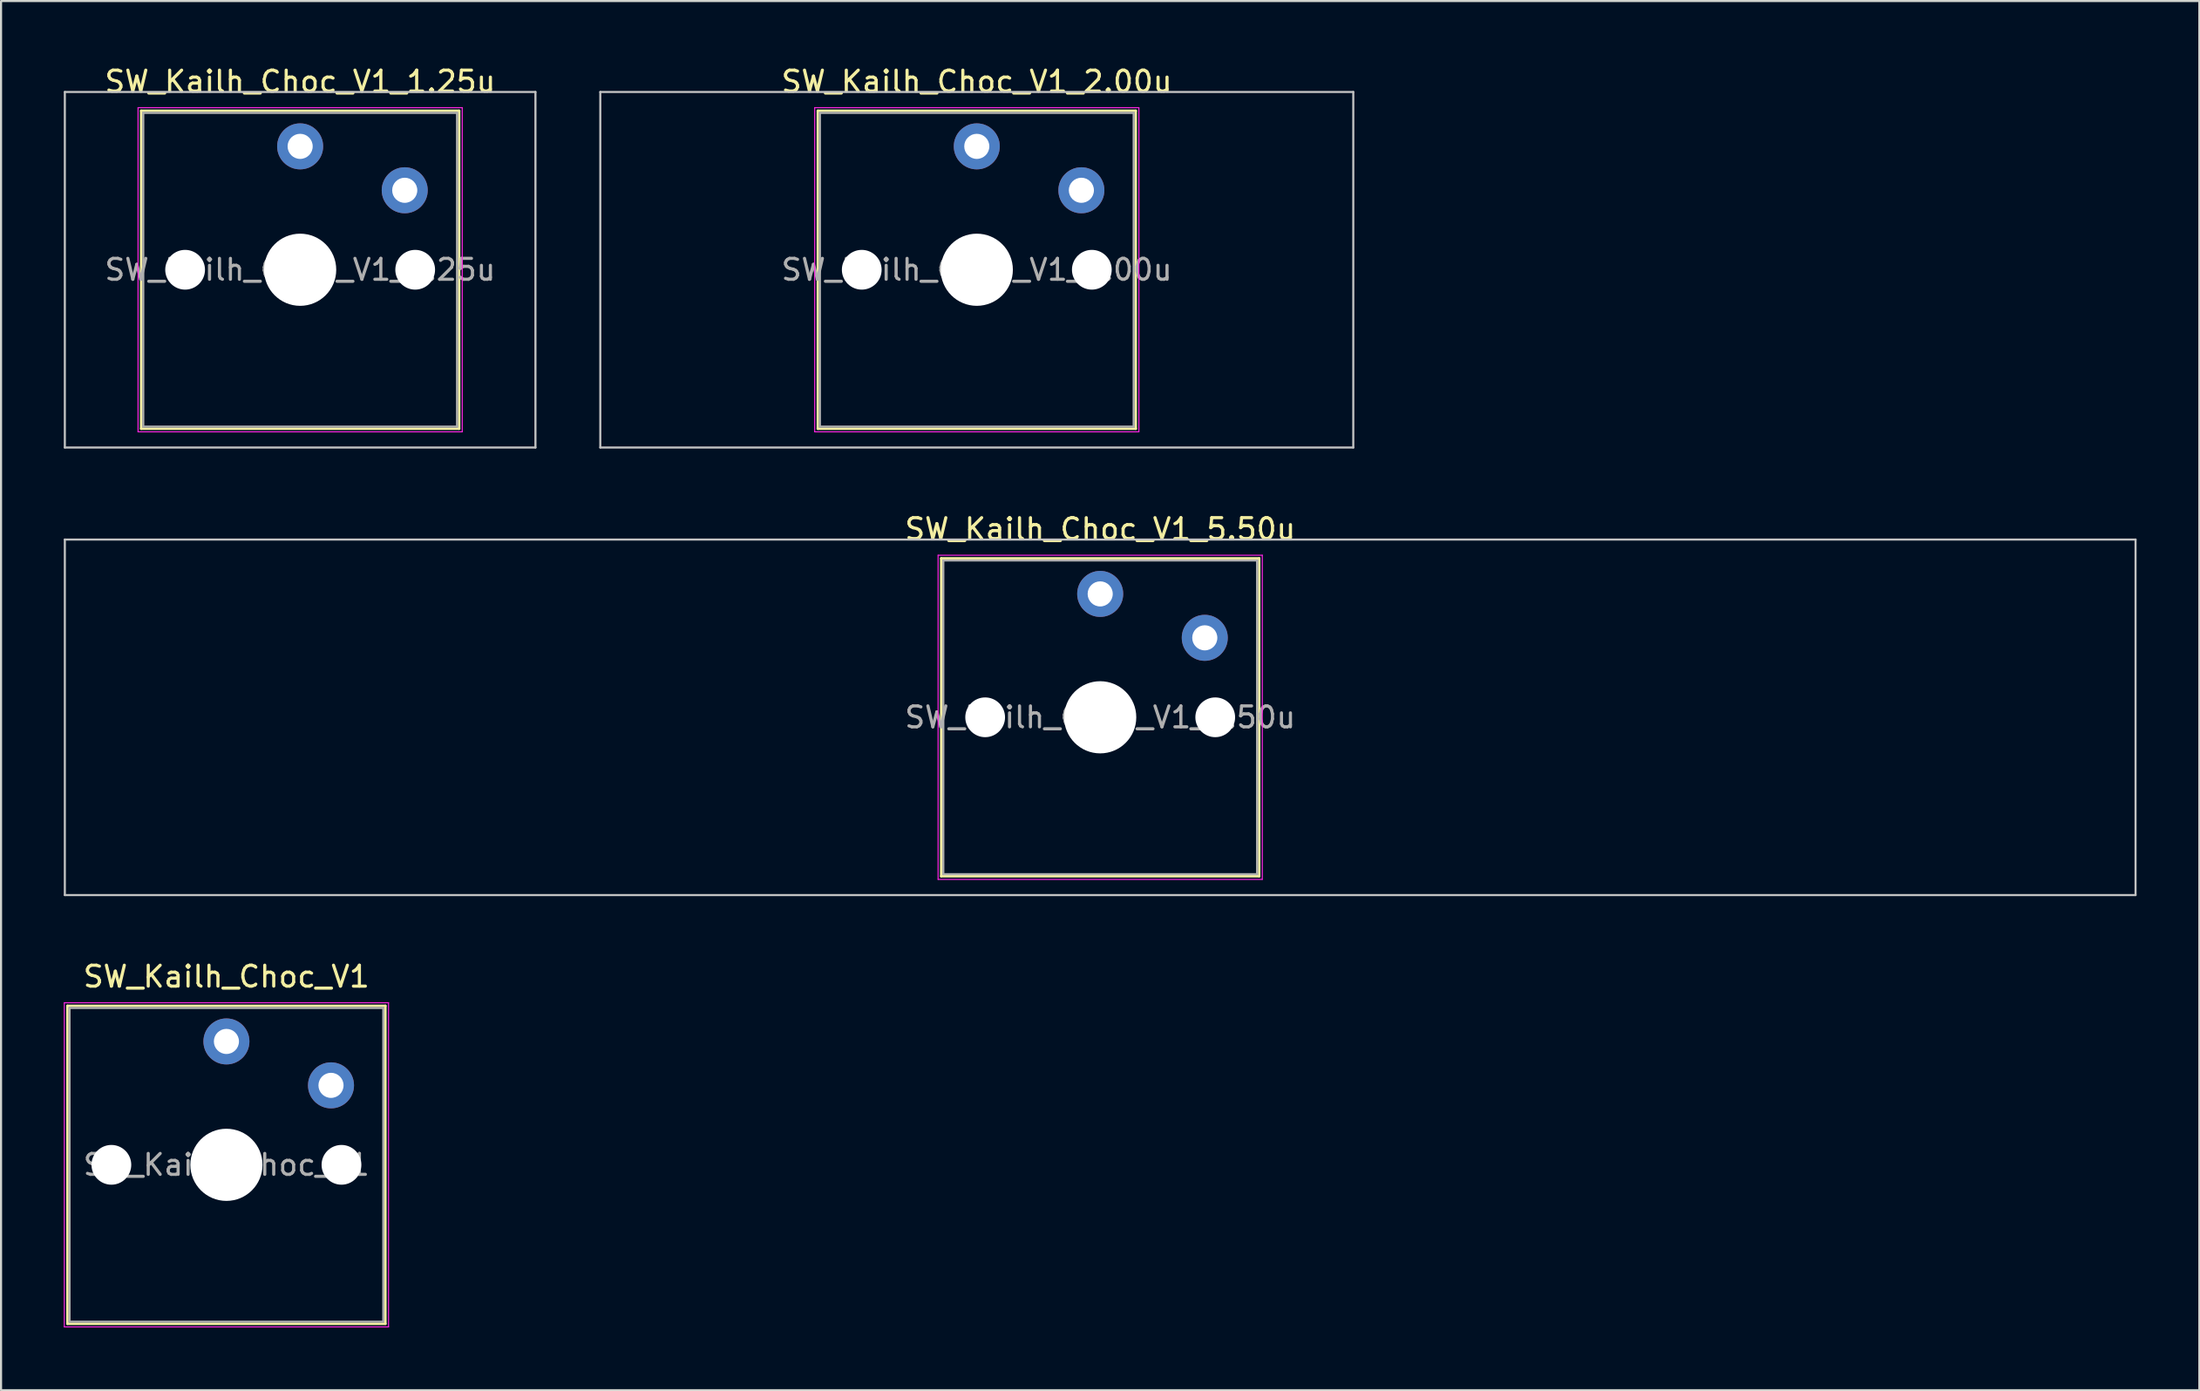
<source format=kicad_pcb>
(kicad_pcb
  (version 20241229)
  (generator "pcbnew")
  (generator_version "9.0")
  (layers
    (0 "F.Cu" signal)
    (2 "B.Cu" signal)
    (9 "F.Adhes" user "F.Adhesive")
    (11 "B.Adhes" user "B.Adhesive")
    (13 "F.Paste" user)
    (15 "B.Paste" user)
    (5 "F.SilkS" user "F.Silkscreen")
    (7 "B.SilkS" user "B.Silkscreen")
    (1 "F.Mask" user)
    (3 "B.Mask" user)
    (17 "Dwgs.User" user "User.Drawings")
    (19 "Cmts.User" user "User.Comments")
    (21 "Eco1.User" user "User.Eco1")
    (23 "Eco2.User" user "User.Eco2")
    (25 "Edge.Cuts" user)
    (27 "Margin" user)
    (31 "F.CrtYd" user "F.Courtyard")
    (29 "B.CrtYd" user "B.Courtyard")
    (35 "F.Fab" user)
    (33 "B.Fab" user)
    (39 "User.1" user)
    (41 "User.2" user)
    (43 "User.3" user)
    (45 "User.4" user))
  (footprint "SW_Kailh_Choc_V1_2.00u"
    (layer "F.Cu")
    (at 43.65 9.848)
    (property "Reference" "SW_Kailh_Choc_V1_2.00u" (at 0 -9 0) (layer "F.SilkS") (effects (font (size 1 1) (thickness 0.15))))
    (attr through_hole)
    (fp_line (start -7.6 -7.6) (end -7.6 7.6) (stroke (width 0.12) (type solid)) (layer "F.SilkS"))
    (fp_line (start -7.6 7.6) (end 7.6 7.6) (stroke (width 0.12) (type solid)) (layer "F.SilkS"))
    (fp_line (start 7.6 -7.6) (end -7.6 -7.6) (stroke (width 0.12) (type solid)) (layer "F.SilkS"))
    (fp_line (start 7.6 7.6) (end 7.6 -7.6) (stroke (width 0.12) (type solid)) (layer "F.SilkS"))
    (fp_line (start -18 -8.5) (end -18 8.5) (stroke (width 0.1) (type solid)) (layer "Dwgs.User"))
    (fp_line (start -18 8.5) (end 18 8.5) (stroke (width 0.1) (type solid)) (layer "Dwgs.User"))
    (fp_line (start 18 -8.5) (end -18 -8.5) (stroke (width 0.1) (type solid)) (layer "Dwgs.User"))
    (fp_line (start 18 8.5) (end 18 -8.5) (stroke (width 0.1) (type solid)) (layer "Dwgs.User"))
    (fp_line (start -7.25 -7.25) (end -7.25 7.25) (stroke (width 0.1) (type solid)) (layer "Eco1.User"))
    (fp_line (start -7.25 7.25) (end 7.25 7.25) (stroke (width 0.1) (type solid)) (layer "Eco1.User"))
    (fp_line (start 7.25 -7.25) (end -7.25 -7.25) (stroke (width 0.1) (type solid)) (layer "Eco1.User"))
    (fp_line (start 7.25 7.25) (end 7.25 -7.25) (stroke (width 0.1) (type solid)) (layer "Eco1.User"))
    (fp_line (start -7.75 -7.75) (end -7.75 7.75) (stroke (width 0.05) (type solid)) (layer "F.CrtYd"))
    (fp_line (start -7.75 7.75) (end 7.75 7.75) (stroke (width 0.05) (type solid)) (layer "F.CrtYd"))
    (fp_line (start 7.75 -7.75) (end -7.75 -7.75) (stroke (width 0.05) (type solid)) (layer "F.CrtYd"))
    (fp_line (start 7.75 7.75) (end 7.75 -7.75) (stroke (width 0.05) (type solid)) (layer "F.CrtYd"))
    (fp_line (start -7.5 -7.5) (end -7.5 7.5) (stroke (width 0.1) (type solid)) (layer "F.Fab"))
    (fp_line (start -7.5 7.5) (end 7.5 7.5) (stroke (width 0.1) (type solid)) (layer "F.Fab"))
    (fp_line (start 7.5 -7.5) (end -7.5 -7.5) (stroke (width 0.1) (type solid)) (layer "F.Fab"))
    (fp_line (start 7.5 7.5) (end 7.5 -7.5) (stroke (width 0.1) (type solid)) (layer "F.Fab"))
    (fp_text user "${REFERENCE}" (at 0 0 0) (layer "F.Fab") (effects (font (size 1 1) (thickness 0.15))))
    (pad "" np_thru_hole circle (at -5.5 0) (size 1.9 1.9) (drill 1.9) (layers "*.Cu" "*.Mask"))
    (pad "" smd circle (at 0 -5.9) (size 1.25 1.25) (layers "F.Mask"))
    (pad "" np_thru_hole circle (at 0 0) (size 3.45 3.45) (drill 3.45) (layers "*.Cu" "*.Mask"))
    (pad "" smd circle (at 5 -3.8) (size 1.25 1.25) (layers "F.Mask"))
    (pad "" np_thru_hole circle (at 5.5 0) (size 1.9 1.9) (drill 1.9) (layers "*.Cu" "*.Mask"))
    (pad "1" thru_hole circle (at 0 -5.9) (size 2.2 2.2) (drill 1.2) (layers "*.Cu" "B.Mask"))
    (pad "2" thru_hole circle (at 5 -3.8) (size 2.2 2.2) (drill 1.2) (layers "*.Cu" "B.Mask")))
  (footprint "SW_Kailh_Choc_V1_5.50u"
    (layer "F.Cu")
    (at 49.55 31.247)
    (property "Reference" "SW_Kailh_Choc_V1_5.50u" (at 0 -9 0) (layer "F.SilkS") (effects (font (size 1 1) (thickness 0.15))))
    (attr through_hole)
    (fp_line (start -7.6 -7.6) (end -7.6 7.6) (stroke (width 0.12) (type solid)) (layer "F.SilkS"))
    (fp_line (start -7.6 7.6) (end 7.6 7.6) (stroke (width 0.12) (type solid)) (layer "F.SilkS"))
    (fp_line (start 7.6 -7.6) (end -7.6 -7.6) (stroke (width 0.12) (type solid)) (layer "F.SilkS"))
    (fp_line (start 7.6 7.6) (end 7.6 -7.6) (stroke (width 0.12) (type solid)) (layer "F.SilkS"))
    (fp_line (start -49.5 -8.5) (end -49.5 8.5) (stroke (width 0.1) (type solid)) (layer "Dwgs.User"))
    (fp_line (start -49.5 8.5) (end 49.5 8.5) (stroke (width 0.1) (type solid)) (layer "Dwgs.User"))
    (fp_line (start 49.5 -8.5) (end -49.5 -8.5) (stroke (width 0.1) (type solid)) (layer "Dwgs.User"))
    (fp_line (start 49.5 8.5) (end 49.5 -8.5) (stroke (width 0.1) (type solid)) (layer "Dwgs.User"))
    (fp_line (start -7.25 -7.25) (end -7.25 7.25) (stroke (width 0.1) (type solid)) (layer "Eco1.User"))
    (fp_line (start -7.25 7.25) (end 7.25 7.25) (stroke (width 0.1) (type solid)) (layer "Eco1.User"))
    (fp_line (start 7.25 -7.25) (end -7.25 -7.25) (stroke (width 0.1) (type solid)) (layer "Eco1.User"))
    (fp_line (start 7.25 7.25) (end 7.25 -7.25) (stroke (width 0.1) (type solid)) (layer "Eco1.User"))
    (fp_line (start -7.75 -7.75) (end -7.75 7.75) (stroke (width 0.05) (type solid)) (layer "F.CrtYd"))
    (fp_line (start -7.75 7.75) (end 7.75 7.75) (stroke (width 0.05) (type solid)) (layer "F.CrtYd"))
    (fp_line (start 7.75 -7.75) (end -7.75 -7.75) (stroke (width 0.05) (type solid)) (layer "F.CrtYd"))
    (fp_line (start 7.75 7.75) (end 7.75 -7.75) (stroke (width 0.05) (type solid)) (layer "F.CrtYd"))
    (fp_line (start -7.5 -7.5) (end -7.5 7.5) (stroke (width 0.1) (type solid)) (layer "F.Fab"))
    (fp_line (start -7.5 7.5) (end 7.5 7.5) (stroke (width 0.1) (type solid)) (layer "F.Fab"))
    (fp_line (start 7.5 -7.5) (end -7.5 -7.5) (stroke (width 0.1) (type solid)) (layer "F.Fab"))
    (fp_line (start 7.5 7.5) (end 7.5 -7.5) (stroke (width 0.1) (type solid)) (layer "F.Fab"))
    (fp_text user "${REFERENCE}" (at 0 0 0) (layer "F.Fab") (effects (font (size 1 1) (thickness 0.15))))
    (pad "" np_thru_hole circle (at -5.5 0) (size 1.9 1.9) (drill 1.9) (layers "*.Cu" "*.Mask"))
    (pad "" smd circle (at 0 -5.9) (size 1.25 1.25) (layers "F.Mask"))
    (pad "" np_thru_hole circle (at 0 0) (size 3.45 3.45) (drill 3.45) (layers "*.Cu" "*.Mask"))
    (pad "" smd circle (at 5 -3.8) (size 1.25 1.25) (layers "F.Mask"))
    (pad "" np_thru_hole circle (at 5.5 0) (size 1.9 1.9) (drill 1.9) (layers "*.Cu" "*.Mask"))
    (pad "1" thru_hole circle (at 0 -5.9) (size 2.2 2.2) (drill 1.2) (layers "*.Cu" "B.Mask"))
    (pad "2" thru_hole circle (at 5 -3.8) (size 2.2 2.2) (drill 1.2) (layers "*.Cu" "B.Mask")))
  (footprint "SW_Kailh_Choc_V1"
    (layer "F.Cu")
    (at 7.775 52.645)
    (property "Reference" "SW_Kailh_Choc_V1" (at 0 -9 0) (layer "F.SilkS") (effects (font (size 1 1) (thickness 0.15))))
    (attr through_hole)
    (fp_line (start -7.6 -7.6) (end -7.6 7.6) (stroke (width 0.12) (type solid)) (layer "F.SilkS"))
    (fp_line (start -7.6 7.6) (end 7.6 7.6) (stroke (width 0.12) (type solid)) (layer "F.SilkS"))
    (fp_line (start 7.6 -7.6) (end -7.6 -7.6) (stroke (width 0.12) (type solid)) (layer "F.SilkS"))
    (fp_line (start 7.6 7.6) (end 7.6 -7.6) (stroke (width 0.12) (type solid)) (layer "F.SilkS"))
    (fp_line (start -7.25 -7.25) (end -7.25 7.25) (stroke (width 0.1) (type solid)) (layer "Eco1.User"))
    (fp_line (start -7.25 7.25) (end 7.25 7.25) (stroke (width 0.1) (type solid)) (layer "Eco1.User"))
    (fp_line (start 7.25 -7.25) (end -7.25 -7.25) (stroke (width 0.1) (type solid)) (layer "Eco1.User"))
    (fp_line (start 7.25 7.25) (end 7.25 -7.25) (stroke (width 0.1) (type solid)) (layer "Eco1.User"))
    (fp_line (start -7.75 -7.75) (end -7.75 7.75) (stroke (width 0.05) (type solid)) (layer "F.CrtYd"))
    (fp_line (start -7.75 7.75) (end 7.75 7.75) (stroke (width 0.05) (type solid)) (layer "F.CrtYd"))
    (fp_line (start 7.75 -7.75) (end -7.75 -7.75) (stroke (width 0.05) (type solid)) (layer "F.CrtYd"))
    (fp_line (start 7.75 7.75) (end 7.75 -7.75) (stroke (width 0.05) (type solid)) (layer "F.CrtYd"))
    (fp_line (start -7.5 -7.5) (end -7.5 7.5) (stroke (width 0.1) (type solid)) (layer "F.Fab"))
    (fp_line (start -7.5 7.5) (end 7.5 7.5) (stroke (width 0.1) (type solid)) (layer "F.Fab"))
    (fp_line (start 7.5 -7.5) (end -7.5 -7.5) (stroke (width 0.1) (type solid)) (layer "F.Fab"))
    (fp_line (start 7.5 7.5) (end 7.5 -7.5) (stroke (width 0.1) (type solid)) (layer "F.Fab"))
    (fp_text user "${REFERENCE}" (at 0 0 0) (layer "F.Fab") (effects (font (size 1 1) (thickness 0.15))))
    (pad "" np_thru_hole circle (at -5.5 0) (size 1.9 1.9) (drill 1.9) (layers "*.Cu" "*.Mask"))
    (pad "" smd circle (at 0 -5.9) (size 1.25 1.25) (layers "F.Mask"))
    (pad "" np_thru_hole circle (at 0 0) (size 3.45 3.45) (drill 3.45) (layers "*.Cu" "*.Mask"))
    (pad "" smd circle (at 5 -3.8) (size 1.25 1.25) (layers "F.Mask"))
    (pad "" np_thru_hole circle (at 5.5 0) (size 1.9 1.9) (drill 1.9) (layers "*.Cu" "*.Mask"))
    (pad "1" thru_hole circle (at 0 -5.9) (size 2.2 2.2) (drill 1.2) (layers "*.Cu" "B.Mask"))
    (pad "2" thru_hole circle (at 5 -3.8) (size 2.2 2.2) (drill 1.2) (layers "*.Cu" "B.Mask")))
  (footprint "SW_Kailh_Choc_V1_1.25u"
    (layer "F.Cu")
    (at 11.3 9.848)
    (property "Reference" "SW_Kailh_Choc_V1_1.25u" (at 0 -9 0) (layer "F.SilkS") (effects (font (size 1 1) (thickness 0.15))))
    (attr through_hole)
    (fp_line (start -7.6 -7.6) (end -7.6 7.6) (stroke (width 0.12) (type solid)) (layer "F.SilkS"))
    (fp_line (start -7.6 7.6) (end 7.6 7.6) (stroke (width 0.12) (type solid)) (layer "F.SilkS"))
    (fp_line (start 7.6 -7.6) (end -7.6 -7.6) (stroke (width 0.12) (type solid)) (layer "F.SilkS"))
    (fp_line (start 7.6 7.6) (end 7.6 -7.6) (stroke (width 0.12) (type solid)) (layer "F.SilkS"))
    (fp_line (start -11.25 -8.5) (end -11.25 8.5) (stroke (width 0.1) (type solid)) (layer "Dwgs.User"))
    (fp_line (start -11.25 8.5) (end 11.25 8.5) (stroke (width 0.1) (type solid)) (layer "Dwgs.User"))
    (fp_line (start 11.25 -8.5) (end -11.25 -8.5) (stroke (width 0.1) (type solid)) (layer "Dwgs.User"))
    (fp_line (start 11.25 8.5) (end 11.25 -8.5) (stroke (width 0.1) (type solid)) (layer "Dwgs.User"))
    (fp_line (start -7.25 -7.25) (end -7.25 7.25) (stroke (width 0.1) (type solid)) (layer "Eco1.User"))
    (fp_line (start -7.25 7.25) (end 7.25 7.25) (stroke (width 0.1) (type solid)) (layer "Eco1.User"))
    (fp_line (start 7.25 -7.25) (end -7.25 -7.25) (stroke (width 0.1) (type solid)) (layer "Eco1.User"))
    (fp_line (start 7.25 7.25) (end 7.25 -7.25) (stroke (width 0.1) (type solid)) (layer "Eco1.User"))
    (fp_line (start -7.75 -7.75) (end -7.75 7.75) (stroke (width 0.05) (type solid)) (layer "F.CrtYd"))
    (fp_line (start -7.75 7.75) (end 7.75 7.75) (stroke (width 0.05) (type solid)) (layer "F.CrtYd"))
    (fp_line (start 7.75 -7.75) (end -7.75 -7.75) (stroke (width 0.05) (type solid)) (layer "F.CrtYd"))
    (fp_line (start 7.75 7.75) (end 7.75 -7.75) (stroke (width 0.05) (type solid)) (layer "F.CrtYd"))
    (fp_line (start -7.5 -7.5) (end -7.5 7.5) (stroke (width 0.1) (type solid)) (layer "F.Fab"))
    (fp_line (start -7.5 7.5) (end 7.5 7.5) (stroke (width 0.1) (type solid)) (layer "F.Fab"))
    (fp_line (start 7.5 -7.5) (end -7.5 -7.5) (stroke (width 0.1) (type solid)) (layer "F.Fab"))
    (fp_line (start 7.5 7.5) (end 7.5 -7.5) (stroke (width 0.1) (type solid)) (layer "F.Fab"))
    (fp_text user "${REFERENCE}" (at 0 0 0) (layer "F.Fab") (effects (font (size 1 1) (thickness 0.15))))
    (pad "" np_thru_hole circle (at -5.5 0) (size 1.9 1.9) (drill 1.9) (layers "*.Cu" "*.Mask"))
    (pad "" smd circle (at 0 -5.9) (size 1.25 1.25) (layers "F.Mask"))
    (pad "" np_thru_hole circle (at 0 0) (size 3.45 3.45) (drill 3.45) (layers "*.Cu" "*.Mask"))
    (pad "" smd circle (at 5 -3.8) (size 1.25 1.25) (layers "F.Mask"))
    (pad "" np_thru_hole circle (at 5.5 0) (size 1.9 1.9) (drill 1.9) (layers "*.Cu" "*.Mask"))
    (pad "1" thru_hole circle (at 0 -5.9) (size 2.2 2.2) (drill 1.2) (layers "*.Cu" "B.Mask"))
    (pad "2" thru_hole circle (at 5 -3.8) (size 2.2 2.2) (drill 1.2) (layers "*.Cu" "B.Mask")))
  (gr_rect
    (start -3 -3)
    (end 102.1 63.42)
    (stroke (width 0.1) (type default))
    (fill no)
    (layer "Edge.Cuts")))
</source>
